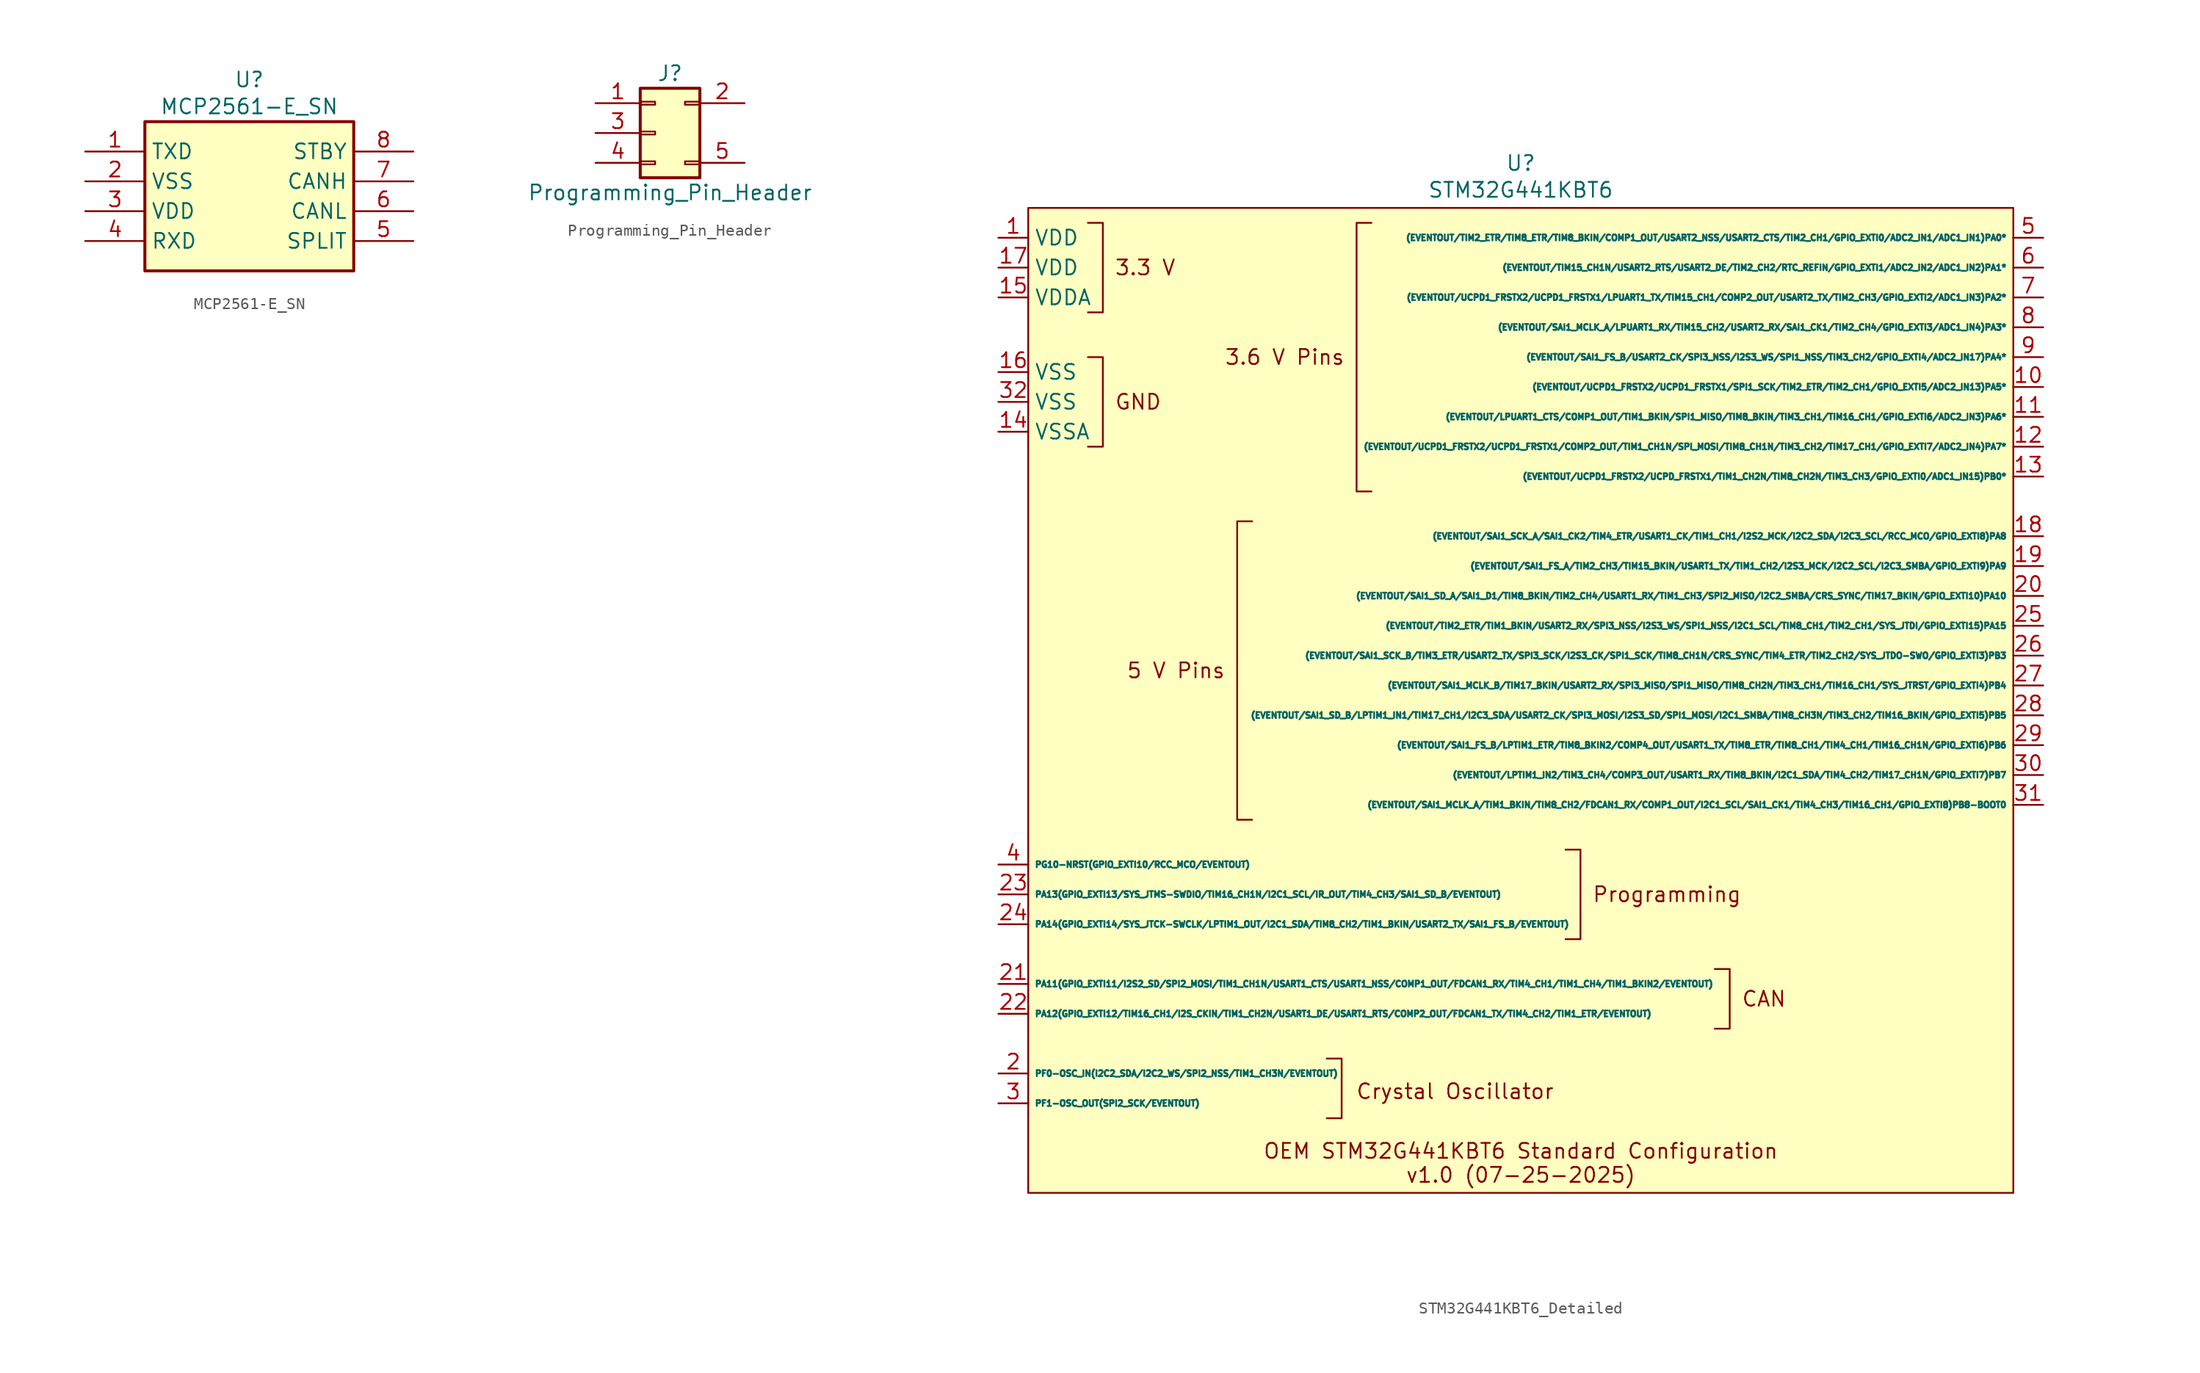
<source format=kicad_sym>
(kicad_symbol_lib
  (version 20241209)
  (generator "kicad_symbol_editor")
  (generator_version "9.0")
  (symbol "MCP2561-E_SN"
    (property "Reference" "U"
      (at 0 10.668 0)
      (effects (font (size 1.27 1.27)) (justify top)))
    (property "Value" "MCP2561-E_SN"
      (at 0 8.382 0)
      (effects (font (size 1.27 1.27)) (justify top)))
    (symbol "MCP2561-E_SN_1_1"
      (rectangle (start -8.89 6.35) (end 8.89 -6.35) (stroke (width 0.254) (type default)) (fill (type background)))
      (pin passive line (at -13.97 3.81 0) (length 5.08) (name "TXD" (effects (font (size 1.27 1.27)))) (number "1" (effects (font (size 1.27 1.27)))))
      (pin passive line (at -13.97 1.27 0) (length 5.08) (name "VSS" (effects (font (size 1.27 1.27)))) (number "2" (effects (font (size 1.27 1.27)))))
      (pin passive line (at -13.97 -1.27 0) (length 5.08) (name "VDD" (effects (font (size 1.27 1.27)))) (number "3" (effects (font (size 1.27 1.27)))))
      (pin passive line (at -13.97 -3.81 0) (length 5.08) (name "RXD" (effects (font (size 1.27 1.27)))) (number "4" (effects (font (size 1.27 1.27)))))
      (pin passive line (at 13.97 3.81 180) (length 5.08) (name "STBY" (effects (font (size 1.27 1.27)))) (number "8" (effects (font (size 1.27 1.27)))))
      (pin passive line (at 13.97 1.27 180) (length 5.08) (name "CANH" (effects (font (size 1.27 1.27)))) (number "7" (effects (font (size 1.27 1.27)))))
      (pin passive line (at 13.97 -1.27 180) (length 5.08) (name "CANL" (effects (font (size 1.27 1.27)))) (number "6" (effects (font (size 1.27 1.27)))))
      (pin passive line (at 13.97 -3.81 180) (length 5.08) (name "SPLIT" (effects (font (size 1.27 1.27)))) (number "5" (effects (font (size 1.27 1.27)))))))
  (symbol "Programming_Pin_Header"
    (pin_names
      (offset 1.016)
      (hide yes))
    (property "Reference" "J"
      (at 1.27 5.08 0)
      (effects (font (size 1.27 1.27))))
    (property "Value" "Programming_Pin_Header"
      (at 1.27 -5.08 0)
      (effects (font (size 1.27 1.27))))
    (symbol "Programming_Pin_Header_1_1"
      (rectangle (start -1.27 3.81) (end 3.81 -3.81) (stroke (width 0.254) (type default)) (fill (type background)))
      (rectangle (start -1.27 2.667) (end 0 2.413) (stroke (width 0.152) (type default)) (fill (type none)))
      (rectangle (start -1.27 0.127) (end 0 -0.127) (stroke (width 0.152) (type default)) (fill (type none)))
      (rectangle (start -1.27 -2.413) (end 0 -2.667) (stroke (width 0.152) (type default)) (fill (type none)))
      (rectangle (start 3.81 2.667) (end 2.54 2.413) (stroke (width 0.152) (type default)) (fill (type none)))
      (rectangle (start 3.81 -2.413) (end 2.54 -2.667) (stroke (width 0.152) (type default)) (fill (type none)))
      (pin passive line (at -5.08 2.54 0) (length 3.81) (name "Pin_1" (effects (font (size 1.27 1.27)))) (number "1" (effects (font (size 1.27 1.27)))))
      (pin passive line (at -5.08 0 0) (length 3.81) (name "Pin_3" (effects (font (size 1.27 1.27)))) (number "3" (effects (font (size 1.27 1.27)))))
      (pin passive line (at -5.08 -2.54 0) (length 3.81) (name "Pin_4" (effects (font (size 1.27 1.27)))) (number "4" (effects (font (size 1.27 1.27)))))
      (pin passive line (at 7.62 2.54 180) (length 3.81) (name "Pin_2" (effects (font (size 1.27 1.27)))) (number "2" (effects (font (size 1.27 1.27)))))
      (pin passive line (at 7.62 -2.54 180) (length 3.81) (name "Pin_5" (effects (font (size 1.27 1.27)))) (number "5" (effects (font (size 1.27 1.27)))))))
  (symbol "STM32G441KBT6_Detailed"
    (property "Reference" "U"
      (at 0 45.72 0)
      (effects (font (size 1.27 1.27))))
    (property "Value" "STM32G441KBT6"
      (at 0 43.434 0)
      (effects (font (size 1.27 1.27))))
    (symbol "STM32G441KBT6_Detailed_0_1"
      (polyline (pts (xy -36.83 40.64) (xy -35.56 40.64) (xy -35.56 33.02) (xy -36.83 33.02)) (stroke (width 0) (type default)) (fill (type none)))
      (polyline (pts (xy -36.83 29.21) (xy -35.56 29.21) (xy -35.56 21.59) (xy -36.83 21.59)) (stroke (width 0) (type default)) (fill (type none)))
      (polyline (pts (xy -22.86 15.24) (xy -24.13 15.24) (xy -24.13 -10.16) (xy -22.86 -10.16)) (stroke (width 0) (type default)) (fill (type none)))
      (polyline (pts (xy -16.51 -30.48) (xy -15.24 -30.48) (xy -15.24 -35.56) (xy -16.51 -35.56)) (stroke (width 0) (type default)) (fill (type none)))
      (polyline (pts (xy -12.7 17.78) (xy -13.97 17.78) (xy -13.97 40.64) (xy -12.7 40.64)) (stroke (width 0) (type default)) (fill (type none)))
      (polyline (pts (xy 3.81 -20.32) (xy 5.08 -20.32) (xy 5.08 -12.7) (xy 3.81 -12.7)) (stroke (width 0) (type default)) (fill (type none)))
      (polyline (pts (xy 16.51 -27.94) (xy 17.78 -27.94) (xy 17.78 -22.86) (xy 16.51 -22.86)) (stroke (width 0) (type default)) (fill (type none))))
    (symbol "STM32G441KBT6_Detailed_1_1"
      (rectangle (start -41.91 41.91) (end 41.91 -41.91) (stroke (width 0) (type solid)) (fill (type color) (color 255 255 194 1)))
      (text " 3.3 V" (at -35.56 36.83 0) (effects (font (size 1.27 1.27)) (justify left)))
      (text " GND" (at -35.56 25.4 0) (effects (font (size 1.27 1.27)) (justify left)))
      (text "5 V Pins " (at -24.13 2.54 0) (effects (font (size 1.27 1.27)) (justify right)))
      (text "3.6 V Pins " (at -13.97 29.21 0) (effects (font (size 1.27 1.27)) (justify right)))
      (text "Crystal Oscillator" (at -5.588 -33.274 0) (effects (font (size 1.27 1.27))))
      (text "OEM STM32G441KBT6 Standard Configuration\nv1.0 (07-25-2025)" (at 0 -39.37 0) (effects (font (size 1.27 1.27))))
      (text " Programming" (at 5.08 -16.51 0) (effects (font (size 1.27 1.27)) (justify left)))
      (text " CAN" (at 17.78 -25.4 0) (effects (font (size 1.27 1.27)) (justify left)))
      (pin power_in line (at -44.45 39.37 0) (length 2.54) (name "VDD" (effects (font (size 1.27 1.27)))) (number "1" (effects (font (size 1.27 1.27)))))
      (pin power_in line (at -44.45 36.83 0) (length 2.54) (name "VDD" (effects (font (size 1.27 1.27)))) (number "17" (effects (font (size 1.27 1.27)))))
      (pin power_in line (at -44.45 34.29 0) (length 2.54) (name "VDDA" (effects (font (size 1.27 1.27)))) (number "15" (effects (font (size 1.27 1.27)))))
      (pin power_in line (at -44.45 27.94 0) (length 2.54) (name "VSS" (effects (font (size 1.27 1.27)))) (number "16" (effects (font (size 1.27 1.27)))))
      (pin power_in line (at -44.45 25.4 0) (length 2.54) (name "VSS" (effects (font (size 1.27 1.27)))) (number "32" (effects (font (size 1.27 1.27)))))
      (pin power_in line (at -44.45 22.86 0) (length 2.54) (name "VSSA" (effects (font (size 1.27 1.27)))) (number "14" (effects (font (size 1.27 1.27)))))
      (pin bidirectional line (at -44.45 -13.97 0) (length 2.54) (name "PG10-NRST(GPIO_EXTI10/RCC_MCO/EVENTOUT)" (effects (font (size 0.508 0.508)))) (number "4" (effects (font (size 1.27 1.27)))))
      (pin bidirectional line (at -44.45 -16.51 0) (length 2.54) (name "PA13(GPIO_EXTI13/SYS_JTMS-SWDIO/TIM16_CH1N/I2C1_SCL/IR_OUT/TIM4_CH3/SAI1_SD_B/EVENTOUT)" (effects (font (size 0.508 0.508)))) (number "23" (effects (font (size 1.27 1.27)))))
      (pin bidirectional line (at -44.45 -19.05 0) (length 2.54) (name "PA14(GPIO_EXTI14/SYS_JTCK-SWCLK/LPTIM1_OUT/I2C1_SDA/TIM8_CH2/TIM1_BKIN/USART2_TX/SAI1_FS_B/EVENTOUT)" (effects (font (size 0.508 0.508)))) (number "24" (effects (font (size 1.27 1.27)))))
      (pin bidirectional line (at -44.45 -24.13 0) (length 2.54) (name "PA11(GPIO_EXTI11/I2S2_SD/SPI2_MOSI/TIM1_CH1N/USART1_CTS/USART1_NSS/COMP1_OUT/FDCAN1_RX/TIM4_CH1/TIM1_CH4/TIM1_BKIN2/EVENTOUT)" (effects (font (size 0.508 0.508)))) (number "21" (effects (font (size 1.27 1.27)))))
      (pin bidirectional line (at -44.45 -26.67 0) (length 2.54) (name "PA12(GPIO_EXTI12/TIM16_CH1/I2S_CKIN/TIM1_CH2N/USART1_DE/USART1_RTS/COMP2_OUT/FDCAN1_TX/TIM4_CH2/TIM1_ETR/EVENTOUT)" (effects (font (size 0.508 0.508)))) (number "22" (effects (font (size 1.27 1.27)))))
      (pin bidirectional line (at -44.45 -31.75 0) (length 2.54) (name "PF0-OSC_IN(I2C2_SDA/I2C2_WS/SPI2_NSS/TIM1_CH3N/EVENTOUT)" (effects (font (size 0.508 0.508)))) (number "2" (effects (font (size 1.27 1.27)))))
      (pin bidirectional line (at -44.45 -34.29 0) (length 2.54) (name "PF1-OSC_OUT(SPI2_SCK/EVENTOUT)" (effects (font (size 0.508 0.508)))) (number "3" (effects (font (size 1.27 1.27)))))
      (pin bidirectional line (at 44.45 39.37 180) (length 2.54) (name "(EVENTOUT/TIM2_ETR/TIM8_ETR/TIM8_BKIN/COMP1_OUT/USART2_NSS/USART2_CTS/TIM2_CH1/GPIO_EXTI0/ADC2_IN1/ADC1_IN1)PA0*" (effects (font (size 0.508 0.508)))) (number "5" (effects (font (size 1.27 1.27)))))
      (pin bidirectional line (at 44.45 36.83 180) (length 2.54) (name "(EVENTOUT/TIM15_CH1N/USART2_RTS/USART2_DE/TIM2_CH2/RTC_REFIN/GPIO_EXTI1/ADC2_IN2/ADC1_IN2)PA1*" (effects (font (size 0.508 0.508)))) (number "6" (effects (font (size 1.27 1.27)))))
      (pin bidirectional line (at 44.45 34.29 180) (length 2.54) (name "(EVENTOUT/UCPD1_FRSTX2/UCPD1_FRSTX1/LPUART1_TX/TIM15_CH1/COMP2_OUT/USART2_TX/TIM2_CH3/GPIO_EXTI2/ADC1_IN3)PA2*" (effects (font (size 0.508 0.508)))) (number "7" (effects (font (size 1.27 1.27)))))
      (pin bidirectional line (at 44.45 31.75 180) (length 2.54) (name "(EVENTOUT/SAI1_MCLK_A/LPUART1_RX/TIM15_CH2/USART2_RX/SAI1_CK1/TIM2_CH4/GPIO_EXTI3/ADC1_IN4)PA3*" (effects (font (size 0.508 0.508)))) (number "8" (effects (font (size 1.27 1.27)))))
      (pin bidirectional line (at 44.45 29.21 180) (length 2.54) (name "(EVENTOUT/SAI1_FS_B/USART2_CK/SPI3_NSS/I2S3_WS/SPI1_NSS/TIM3_CH2/GPIO_EXTI4/ADC2_IN17)PA4*" (effects (font (size 0.508 0.508)))) (number "9" (effects (font (size 1.27 1.27)))))
      (pin bidirectional line (at 44.45 26.67 180) (length 2.54) (name "(EVENTOUT/UCPD1_FRSTX2/UCPD1_FRSTX1/SPI1_SCK/TIM2_ETR/TIM2_CH1/GPIO_EXTI5/ADC2_IN13)PA5*" (effects (font (size 0.508 0.508)))) (number "10" (effects (font (size 1.27 1.27)))))
      (pin bidirectional line (at 44.45 24.13 180) (length 2.54) (name "(EVENTOUT/LPUART1_CTS/COMP1_OUT/TIM1_BKIN/SPI1_MISO/TIM8_BKIN/TIM3_CH1/TIM16_CH1/GPIO_EXTI6/ADC2_IN3)PA6*" (effects (font (size 0.508 0.508)))) (number "11" (effects (font (size 1.27 1.27)))))
      (pin bidirectional line (at 44.45 21.59 180) (length 2.54) (name "(EVENTOUT/UCPD1_FRSTX2/UCPD1_FRSTX1/COMP2_OUT/TIM1_CH1N/SPI_MOSI/TIM8_CH1N/TIM3_CH2/TIM17_CH1/GPIO_EXTI7/ADC2_IN4)PA7*" (effects (font (size 0.508 0.508)))) (number "12" (effects (font (size 1.27 1.27)))))
      (pin bidirectional line (at 44.45 19.05 180) (length 2.54) (name "(EVENTOUT/UCPD1_FRSTX2/UCPD_FRSTX1/TIM1_CH2N/TIM8_CH2N/TIM3_CH3/GPIO_EXTI0/ADC1_IN15)PB0*" (effects (font (size 0.508 0.508)))) (number "13" (effects (font (size 1.27 1.27)))))
      (pin bidirectional line (at 44.45 13.97 180) (length 2.54) (name "(EVENTOUT/SAI1_SCK_A/SAI1_CK2/TIM4_ETR/USART1_CK/TIM1_CH1/I2S2_MCK/I2C2_SDA/I2C3_SCL/RCC_MCO/GPIO_EXTI8)PA8" (effects (font (size 0.508 0.508)))) (number "18" (effects (font (size 1.27 1.27)))))
      (pin bidirectional line (at 44.45 11.43 180) (length 2.54) (name "(EVENTOUT/SAI1_FS_A/TIM2_CH3/TIM15_BKIN/USART1_TX/TIM1_CH2/I2S3_MCK/I2C2_SCL/I2C3_SMBA/GPIO_EXTI9)PA9" (effects (font (size 0.508 0.508)))) (number "19" (effects (font (size 1.27 1.27)))))
      (pin bidirectional line (at 44.45 8.89 180) (length 2.54) (name "(EVENTOUT/SAI1_SD_A/SAI1_D1/TIM8_BKIN/TIM2_CH4/USART1_RX/TIM1_CH3/SPI2_MISO/I2C2_SMBA/CRS_SYNC/TIM17_BKIN/GPIO_EXTI10)PA10" (effects (font (size 0.508 0.508)))) (number "20" (effects (font (size 1.27 1.27)))))
      (pin bidirectional line (at 44.45 6.35 180) (length 2.54) (name "(EVENTOUT/TIM2_ETR/TIM1_BKIN/USART2_RX/SPI3_NSS/I2S3_WS/SPI1_NSS/I2C1_SCL/TIM8_CH1/TIM2_CH1/SYS_JTDI/GPIO_EXTI15)PA15" (effects (font (size 0.508 0.508)))) (number "25" (effects (font (size 1.27 1.27)))))
      (pin bidirectional line (at 44.45 3.81 180) (length 2.54) (name "(EVENTOUT/SAI1_SCK_B/TIM3_ETR/USART2_TX/SPI3_SCK/I2S3_CK/SPI1_SCK/TIM8_CH1N/CRS_SYNC/TIM4_ETR/TIM2_CH2/SYS_JTDO-SWO/GPIO_EXTI3)PB3" (effects (font (size 0.508 0.508)))) (number "26" (effects (font (size 1.27 1.27)))))
      (pin bidirectional line (at 44.45 1.27 180) (length 2.54) (name "(EVENTOUT/SAI1_MCLK_B/TIM17_BKIN/USART2_RX/SPI3_MISO/SPI1_MISO/TIM8_CH2N/TIM3_CH1/TIM16_CH1/SYS_JTRST/GPIO_EXTI4)PB4" (effects (font (size 0.508 0.508)))) (number "27" (effects (font (size 1.27 1.27)))))
      (pin bidirectional line (at 44.45 -1.27 180) (length 2.54) (name "(EVENTOUT/SAI1_SD_B/LPTIM1_IN1/TIM17_CH1/I2C3_SDA/USART2_CK/SPI3_MOSI/I2S3_SD/SPI1_MOSI/I2C1_SMBA/TIM8_CH3N/TIM3_CH2/TIM16_BKIN/GPIO_EXTI5)PB5" (effects (font (size 0.508 0.508)))) (number "28" (effects (font (size 1.27 1.27)))))
      (pin bidirectional line (at 44.45 -3.81 180) (length 2.54) (name "(EVENTOUT/SAI1_FS_B/LPTIM1_ETR/TIM8_BKIN2/COMP4_OUT/USART1_TX/TIM8_ETR/TIM8_CH1/TIM4_CH1/TIM16_CH1N/GPIO_EXTI6)PB6" (effects (font (size 0.508 0.508)))) (number "29" (effects (font (size 1.27 1.27)))))
      (pin bidirectional line (at 44.45 -6.35 180) (length 2.54) (name "(EVENTOUT/LPTIM1_IN2/TIM3_CH4/COMP3_OUT/USART1_RX/TIM8_BKIN/I2C1_SDA/TIM4_CH2/TIM17_CH1N/GPIO_EXTI7)PB7" (effects (font (size 0.508 0.508)))) (number "30" (effects (font (size 1.27 1.27)))))
      (pin bidirectional line (at 44.45 -8.89 180) (length 2.54) (name "(EVENTOUT/SAI1_MCLK_A/TIM1_BKIN/TIM8_CH2/FDCAN1_RX/COMP1_OUT/I2C1_SCL/SAI1_CK1/TIM4_CH3/TIM16_CH1/GPIO_EXTI8)PB8-BOOT0" (effects (font (size 0.508 0.508)))) (number "31" (effects (font (size 1.27 1.27))))))))
</source>
